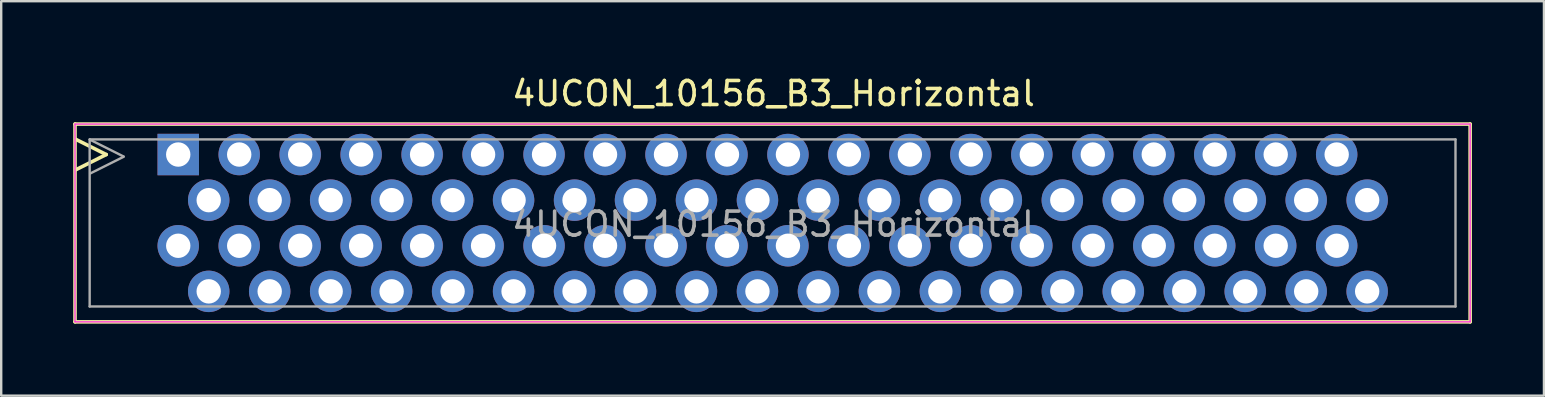
<source format=kicad_pcb>
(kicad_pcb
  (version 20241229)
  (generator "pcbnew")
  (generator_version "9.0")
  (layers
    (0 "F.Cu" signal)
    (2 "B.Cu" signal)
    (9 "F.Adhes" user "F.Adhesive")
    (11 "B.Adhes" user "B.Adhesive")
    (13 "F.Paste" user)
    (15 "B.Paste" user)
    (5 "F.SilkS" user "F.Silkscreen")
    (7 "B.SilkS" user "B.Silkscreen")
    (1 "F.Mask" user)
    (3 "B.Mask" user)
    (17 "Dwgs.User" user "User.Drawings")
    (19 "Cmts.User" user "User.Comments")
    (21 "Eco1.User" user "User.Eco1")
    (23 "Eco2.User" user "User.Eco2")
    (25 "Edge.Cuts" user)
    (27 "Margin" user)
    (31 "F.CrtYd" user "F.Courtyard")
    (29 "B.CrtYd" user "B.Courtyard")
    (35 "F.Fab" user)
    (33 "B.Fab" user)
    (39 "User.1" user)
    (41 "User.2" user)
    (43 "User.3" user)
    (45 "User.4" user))
  (footprint "4UCON_10156_B3_Horizontal"
    (layer "F.Cu")
    (at 4.375 3.388)
    (property "Reference" "4UCON_10156_B3_Horizontal" (at 24.8 -2.54 0) (layer "F.SilkS") (effects (font (size 1 1) (thickness 0.15))))
    (attr through_hole)
    (fp_line (start -4.3 -1.27) (end 53.82 -1.27) (stroke (width 0.15) (type solid)) (layer "F.SilkS"))
    (fp_line (start -4.3 6.97) (end -4.3 -1.27) (stroke (width 0.15) (type solid)) (layer "F.SilkS"))
    (fp_line (start -4.27 -0.635) (end -3 0) (stroke (width 0.15) (type solid)) (layer "F.SilkS"))
    (fp_line (start -3 0) (end -4.27 0.635) (stroke (width 0.15) (type solid)) (layer "F.SilkS"))
    (fp_line (start 53.82 -1.27) (end 53.82 6.97) (stroke (width 0.15) (type solid)) (layer "F.SilkS"))
    (fp_line (start 53.82 6.97) (end -4.3 6.97) (stroke (width 0.15) (type solid)) (layer "F.SilkS"))
    (fp_line (start -4.3 -1.27) (end -4.3 6.97) (stroke (width 0.05) (type solid)) (layer "F.CrtYd"))
    (fp_line (start -4.3 6.97) (end 53.82 6.97) (stroke (width 0.05) (type solid)) (layer "F.CrtYd"))
    (fp_line (start 53.82 -1.27) (end -4.3 -1.27) (stroke (width 0.05) (type solid)) (layer "F.CrtYd"))
    (fp_line (start 53.82 6.97) (end 53.82 -1.27) (stroke (width 0.05) (type solid)) (layer "F.CrtYd"))
    (fp_line (start -3.69 -0.63) (end 53.21 -0.63) (stroke (width 0.1) (type solid)) (layer "F.Fab"))
    (fp_line (start -3.69 6.33) (end -3.69 -0.63) (stroke (width 0.1) (type solid)) (layer "F.Fab"))
    (fp_line (start -3.68 -0.62) (end -2.28 0.08) (stroke (width 0.1) (type solid)) (layer "F.Fab"))
    (fp_line (start -2.27 0.09) (end -3.67 0.79) (stroke (width 0.1) (type solid)) (layer "F.Fab"))
    (fp_line (start 53.21 -0.63) (end 53.21 6.33) (stroke (width 0.1) (type solid)) (layer "F.Fab"))
    (fp_line (start 53.21 6.33) (end -3.69 6.33) (stroke (width 0.1) (type solid)) (layer "F.Fab"))
    (fp_text user "${REFERENCE}" (at 24.8 2.9 0) (layer "F.Fab") (effects (font (size 1 1) (thickness 0.15))))
    (pad "1" thru_hole rect (at 0 0) (size 1.727 1.727) (drill 1.016) (layers "*.Cu" "*.Mask"))
    (pad "2" thru_hole oval (at 0 3.8) (size 1.727 1.727) (drill 1.016) (layers "*.Cu" "*.Mask"))
    (pad "3" thru_hole oval (at 1.27 1.9) (size 1.727 1.727) (drill 1.016) (layers "*.Cu" "*.Mask"))
    (pad "4" thru_hole oval (at 1.27 5.7) (size 1.727 1.727) (drill 1.016) (layers "*.Cu" "*.Mask"))
    (pad "5" thru_hole oval (at 2.54 0) (size 1.727 1.727) (drill 1.016) (layers "*.Cu" "*.Mask"))
    (pad "6" thru_hole oval (at 2.54 3.8) (size 1.727 1.727) (drill 1.016) (layers "*.Cu" "*.Mask"))
    (pad "7" thru_hole oval (at 3.81 1.9) (size 1.727 1.727) (drill 1.016) (layers "*.Cu" "*.Mask"))
    (pad "8" thru_hole oval (at 3.81 5.7) (size 1.727 1.727) (drill 1.016) (layers "*.Cu" "*.Mask"))
    (pad "9" thru_hole oval (at 5.08 0) (size 1.727 1.727) (drill 1.016) (layers "*.Cu" "*.Mask"))
    (pad "10" thru_hole oval (at 5.08 3.8) (size 1.727 1.727) (drill 1.016) (layers "*.Cu" "*.Mask"))
    (pad "11" thru_hole oval (at 6.35 1.9) (size 1.727 1.727) (drill 1.016) (layers "*.Cu" "*.Mask"))
    (pad "12" thru_hole oval (at 6.35 5.7) (size 1.727 1.727) (drill 1.016) (layers "*.Cu" "*.Mask"))
    (pad "13" thru_hole oval (at 7.62 0) (size 1.727 1.727) (drill 1.016) (layers "*.Cu" "*.Mask"))
    (pad "14" thru_hole oval (at 7.62 3.8) (size 1.727 1.727) (drill 1.016) (layers "*.Cu" "*.Mask"))
    (pad "15" thru_hole oval (at 8.89 1.9) (size 1.727 1.727) (drill 1.016) (layers "*.Cu" "*.Mask"))
    (pad "16" thru_hole oval (at 8.89 5.7) (size 1.727 1.727) (drill 1.016) (layers "*.Cu" "*.Mask"))
    (pad "17" thru_hole oval (at 10.16 0) (size 1.727 1.727) (drill 1.016) (layers "*.Cu" "*.Mask"))
    (pad "18" thru_hole oval (at 10.16 3.8) (size 1.727 1.727) (drill 1.016) (layers "*.Cu" "*.Mask"))
    (pad "19" thru_hole oval (at 11.43 1.9) (size 1.727 1.727) (drill 1.016) (layers "*.Cu" "*.Mask"))
    (pad "20" thru_hole oval (at 11.43 5.7) (size 1.727 1.727) (drill 1.016) (layers "*.Cu" "*.Mask"))
    (pad "21" thru_hole oval (at 12.7 0) (size 1.727 1.727) (drill 1.016) (layers "*.Cu" "*.Mask"))
    (pad "22" thru_hole oval (at 12.7 3.8) (size 1.727 1.727) (drill 1.016) (layers "*.Cu" "*.Mask"))
    (pad "23" thru_hole oval (at 13.97 1.9) (size 1.727 1.727) (drill 1.016) (layers "*.Cu" "*.Mask"))
    (pad "24" thru_hole oval (at 13.97 5.7) (size 1.727 1.727) (drill 1.016) (layers "*.Cu" "*.Mask"))
    (pad "25" thru_hole oval (at 15.24 0) (size 1.727 1.727) (drill 1.016) (layers "*.Cu" "*.Mask"))
    (pad "26" thru_hole oval (at 15.24 3.8) (size 1.727 1.727) (drill 1.016) (layers "*.Cu" "*.Mask"))
    (pad "27" thru_hole oval (at 16.51 1.9) (size 1.727 1.727) (drill 1.016) (layers "*.Cu" "*.Mask"))
    (pad "28" thru_hole oval (at 16.51 5.7) (size 1.727 1.727) (drill 1.016) (layers "*.Cu" "*.Mask"))
    (pad "29" thru_hole oval (at 17.78 0) (size 1.727 1.727) (drill 1.016) (layers "*.Cu" "*.Mask"))
    (pad "30" thru_hole oval (at 17.78 3.8) (size 1.727 1.727) (drill 1.016) (layers "*.Cu" "*.Mask"))
    (pad "31" thru_hole oval (at 19.05 1.9) (size 1.727 1.727) (drill 1.016) (layers "*.Cu" "*.Mask"))
    (pad "32" thru_hole oval (at 19.05 5.7) (size 1.727 1.727) (drill 1.016) (layers "*.Cu" "*.Mask"))
    (pad "33" thru_hole oval (at 20.32 0) (size 1.727 1.727) (drill 1.016) (layers "*.Cu" "*.Mask"))
    (pad "34" thru_hole oval (at 20.32 3.8) (size 1.727 1.727) (drill 1.016) (layers "*.Cu" "*.Mask"))
    (pad "35" thru_hole oval (at 21.59 1.9) (size 1.727 1.727) (drill 1.016) (layers "*.Cu" "*.Mask"))
    (pad "36" thru_hole oval (at 21.59 5.7) (size 1.727 1.727) (drill 1.016) (layers "*.Cu" "*.Mask"))
    (pad "37" thru_hole oval (at 22.86 0) (size 1.727 1.727) (drill 1.016) (layers "*.Cu" "*.Mask"))
    (pad "38" thru_hole oval (at 22.86 3.8) (size 1.727 1.727) (drill 1.016) (layers "*.Cu" "*.Mask"))
    (pad "39" thru_hole oval (at 24.13 1.9) (size 1.727 1.727) (drill 1.016) (layers "*.Cu" "*.Mask"))
    (pad "40" thru_hole oval (at 24.13 5.7) (size 1.727 1.727) (drill 1.016) (layers "*.Cu" "*.Mask"))
    (pad "41" thru_hole oval (at 25.4 0) (size 1.727 1.727) (drill 1.016) (layers "*.Cu" "*.Mask"))
    (pad "42" thru_hole oval (at 25.4 3.8) (size 1.727 1.727) (drill 1.016) (layers "*.Cu" "*.Mask"))
    (pad "43" thru_hole oval (at 26.67 1.9) (size 1.727 1.727) (drill 1.016) (layers "*.Cu" "*.Mask"))
    (pad "44" thru_hole oval (at 26.67 5.7) (size 1.727 1.727) (drill 1.016) (layers "*.Cu" "*.Mask"))
    (pad "45" thru_hole oval (at 27.94 0) (size 1.727 1.727) (drill 1.016) (layers "*.Cu" "*.Mask"))
    (pad "46" thru_hole oval (at 27.94 3.8) (size 1.727 1.727) (drill 1.016) (layers "*.Cu" "*.Mask"))
    (pad "47" thru_hole oval (at 29.21 1.9) (size 1.727 1.727) (drill 1.016) (layers "*.Cu" "*.Mask"))
    (pad "48" thru_hole oval (at 29.21 5.7) (size 1.727 1.727) (drill 1.016) (layers "*.Cu" "*.Mask"))
    (pad "49" thru_hole oval (at 30.48 0) (size 1.727 1.727) (drill 1.016) (layers "*.Cu" "*.Mask"))
    (pad "50" thru_hole oval (at 30.48 3.8) (size 1.727 1.727) (drill 1.016) (layers "*.Cu" "*.Mask"))
    (pad "51" thru_hole oval (at 31.75 1.9) (size 1.727 1.727) (drill 1.016) (layers "*.Cu" "*.Mask"))
    (pad "52" thru_hole oval (at 31.75 5.7) (size 1.727 1.727) (drill 1.016) (layers "*.Cu" "*.Mask"))
    (pad "53" thru_hole oval (at 33.02 0) (size 1.727 1.727) (drill 1.016) (layers "*.Cu" "*.Mask"))
    (pad "54" thru_hole oval (at 33.02 3.8) (size 1.727 1.727) (drill 1.016) (layers "*.Cu" "*.Mask"))
    (pad "55" thru_hole oval (at 34.29 1.9) (size 1.727 1.727) (drill 1.016) (layers "*.Cu" "*.Mask"))
    (pad "56" thru_hole oval (at 34.29 5.7) (size 1.727 1.727) (drill 1.016) (layers "*.Cu" "*.Mask"))
    (pad "57" thru_hole oval (at 35.56 0) (size 1.727 1.727) (drill 1.016) (layers "*.Cu" "*.Mask"))
    (pad "58" thru_hole oval (at 35.56 3.8) (size 1.727 1.727) (drill 1.016) (layers "*.Cu" "*.Mask"))
    (pad "59" thru_hole oval (at 36.83 1.9) (size 1.727 1.727) (drill 1.016) (layers "*.Cu" "*.Mask"))
    (pad "60" thru_hole oval (at 36.83 5.7) (size 1.727 1.727) (drill 1.016) (layers "*.Cu" "*.Mask"))
    (pad "61" thru_hole oval (at 38.1 0) (size 1.727 1.727) (drill 1.016) (layers "*.Cu" "*.Mask"))
    (pad "62" thru_hole oval (at 38.1 3.8) (size 1.727 1.727) (drill 1.016) (layers "*.Cu" "*.Mask"))
    (pad "63" thru_hole oval (at 39.37 1.9) (size 1.727 1.727) (drill 1.016) (layers "*.Cu" "*.Mask"))
    (pad "64" thru_hole oval (at 39.37 5.7) (size 1.727 1.727) (drill 1.016) (layers "*.Cu" "*.Mask"))
    (pad "65" thru_hole oval (at 40.64 0) (size 1.727 1.727) (drill 1.016) (layers "*.Cu" "*.Mask"))
    (pad "66" thru_hole oval (at 40.64 3.8) (size 1.727 1.727) (drill 1.016) (layers "*.Cu" "*.Mask"))
    (pad "67" thru_hole oval (at 41.91 1.9) (size 1.727 1.727) (drill 1.016) (layers "*.Cu" "*.Mask"))
    (pad "68" thru_hole oval (at 41.91 5.7) (size 1.727 1.727) (drill 1.016) (layers "*.Cu" "*.Mask"))
    (pad "69" thru_hole oval (at 43.18 0) (size 1.727 1.727) (drill 1.016) (layers "*.Cu" "*.Mask"))
    (pad "70" thru_hole oval (at 43.18 3.8) (size 1.727 1.727) (drill 1.016) (layers "*.Cu" "*.Mask"))
    (pad "71" thru_hole oval (at 44.45 1.9) (size 1.727 1.727) (drill 1.016) (layers "*.Cu" "*.Mask"))
    (pad "72" thru_hole oval (at 44.45 5.7) (size 1.727 1.727) (drill 1.016) (layers "*.Cu" "*.Mask"))
    (pad "73" thru_hole oval (at 45.72 0) (size 1.727 1.727) (drill 1.016) (layers "*.Cu" "*.Mask"))
    (pad "74" thru_hole oval (at 45.72 3.8) (size 1.727 1.727) (drill 1.016) (layers "*.Cu" "*.Mask"))
    (pad "75" thru_hole oval (at 46.99 1.9) (size 1.727 1.727) (drill 1.016) (layers "*.Cu" "*.Mask"))
    (pad "76" thru_hole oval (at 46.99 5.7) (size 1.727 1.727) (drill 1.016) (layers "*.Cu" "*.Mask"))
    (pad "77" thru_hole oval (at 48.26 0) (size 1.727 1.727) (drill 1.016) (layers "*.Cu" "*.Mask"))
    (pad "78" thru_hole oval (at 48.26 3.8) (size 1.727 1.727) (drill 1.016) (layers "*.Cu" "*.Mask"))
    (pad "79" thru_hole oval (at 49.53 1.9) (size 1.727 1.727) (drill 1.016) (layers "*.Cu" "*.Mask"))
    (pad "80" thru_hole oval (at 49.53 5.7) (size 1.727 1.727) (drill 1.016) (layers "*.Cu" "*.Mask")))
  (gr_rect
    (start -3 -3)
    (end 61.27 13.433)
    (stroke (width 0.1) (type default))
    (fill no)
    (layer "Edge.Cuts")))
</source>
